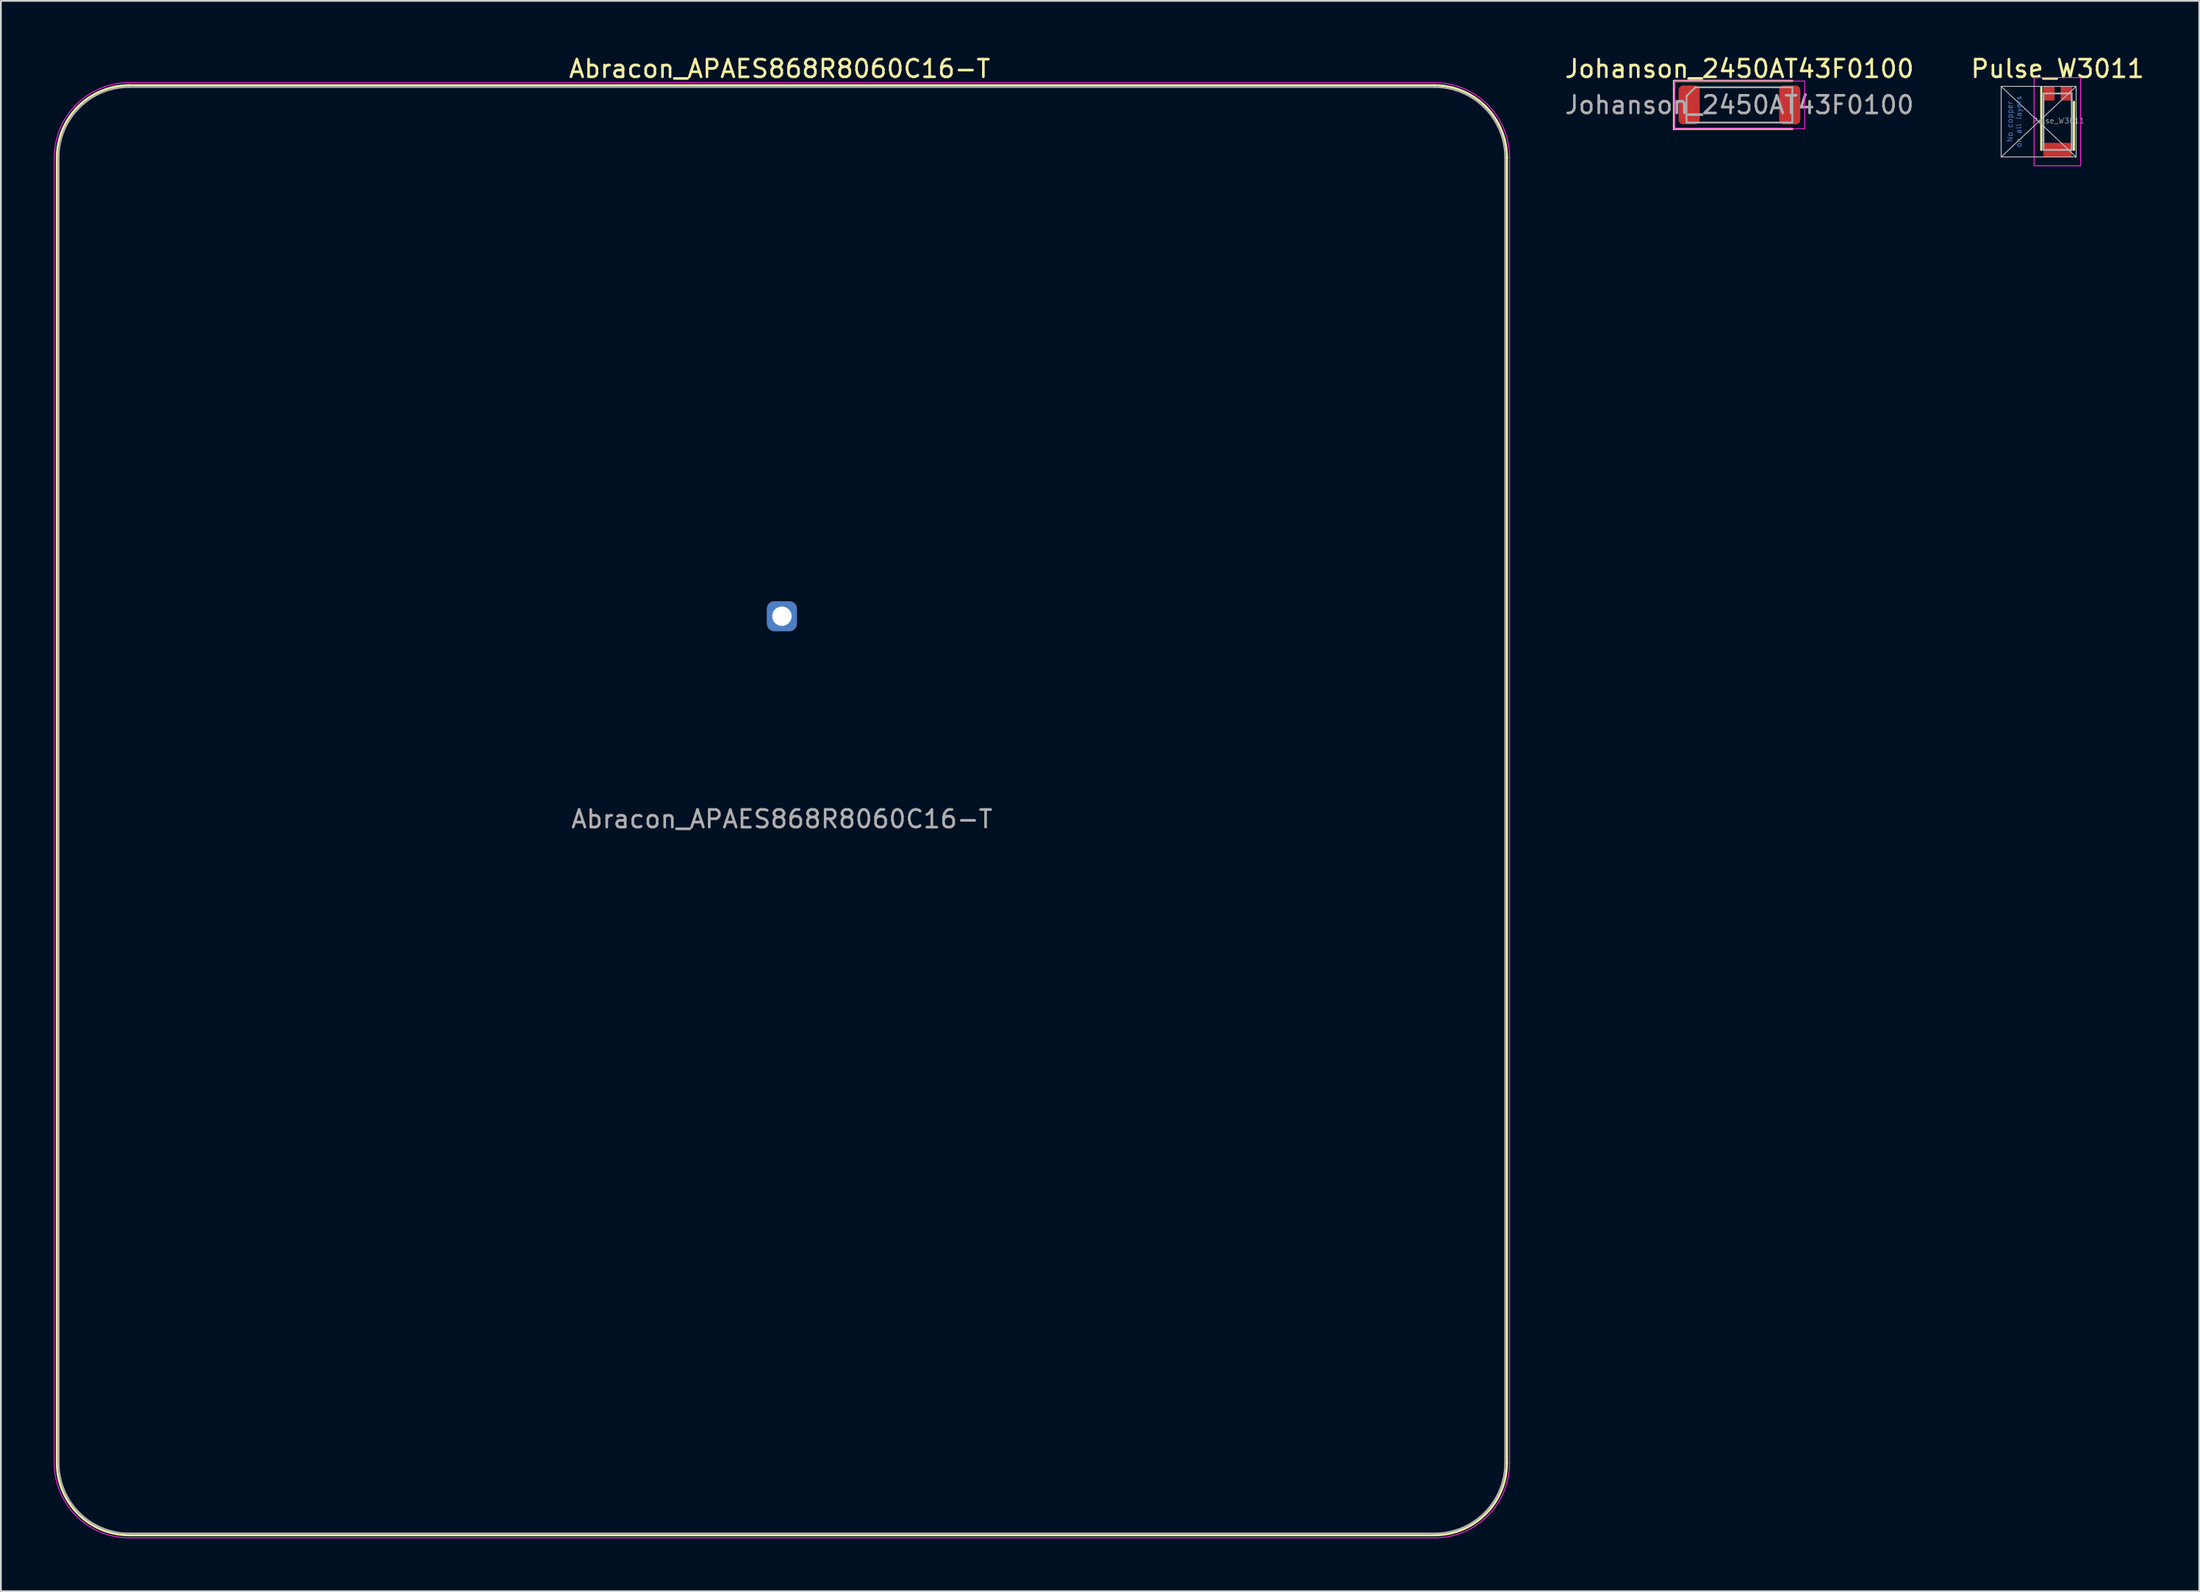
<source format=kicad_pcb>
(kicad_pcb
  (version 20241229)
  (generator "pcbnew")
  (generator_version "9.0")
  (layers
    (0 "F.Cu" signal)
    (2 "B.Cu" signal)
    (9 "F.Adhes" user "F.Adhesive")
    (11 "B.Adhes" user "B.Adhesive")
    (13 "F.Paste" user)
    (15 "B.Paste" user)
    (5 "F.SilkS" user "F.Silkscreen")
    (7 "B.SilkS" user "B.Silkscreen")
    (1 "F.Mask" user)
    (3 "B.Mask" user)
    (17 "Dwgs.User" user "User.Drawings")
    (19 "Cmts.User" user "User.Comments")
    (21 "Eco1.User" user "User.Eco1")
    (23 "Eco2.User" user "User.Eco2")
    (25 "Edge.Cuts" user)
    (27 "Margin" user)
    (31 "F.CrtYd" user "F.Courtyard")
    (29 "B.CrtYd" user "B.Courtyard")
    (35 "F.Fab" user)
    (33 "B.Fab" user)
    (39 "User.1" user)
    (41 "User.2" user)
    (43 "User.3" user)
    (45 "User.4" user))
  (footprint "Pulse_W3011"
    (layer "F.Cu")
    (at 113.592 3.848)
    (property "Reference" "Pulse_W3011" (at 0 -3 0) (layer "F.SilkS") (effects (font (size 1 1) (thickness 0.15))))
    (attr smd)
    (fp_line (start -0.925 1.6) (end -0.925 -1.95) (stroke (width 0.12) (type solid)) (layer "F.SilkS"))
    (fp_line (start 0.925 1.6) (end 0.925 -1.125) (stroke (width 0.12) (type solid)) (layer "F.SilkS"))
    (fp_line (start -3.2 -2) (end -3.2 2) (stroke (width 0.05) (type solid)) (layer "Dwgs.User"))
    (fp_line (start -3.2 -2) (end 1.05 2) (stroke (width 0.05) (type solid)) (layer "Dwgs.User"))
    (fp_line (start -3.2 2) (end 1.05 2) (stroke (width 0.05) (type solid)) (layer "Dwgs.User"))
    (fp_line (start 1.05 -2) (end -3.2 -2) (stroke (width 0.05) (type solid)) (layer "Dwgs.User"))
    (fp_line (start 1.05 -2) (end -3.2 2) (stroke (width 0.05) (type solid)) (layer "Dwgs.User"))
    (fp_line (start 1.05 2) (end 1.05 -2) (stroke (width 0.05) (type solid)) (layer "Dwgs.User"))
    (fp_line (start -1.33 -2.5) (end -1.33 2.5) (stroke (width 0.05) (type solid)) (layer "F.CrtYd"))
    (fp_line (start -1.33 -2.5) (end 1.3 -2.5) (stroke (width 0.05) (type solid)) (layer "F.CrtYd"))
    (fp_line (start -1.33 2.5) (end 1.3 2.5) (stroke (width 0.05) (type solid)) (layer "F.CrtYd"))
    (fp_line (start 1.3 -2.5) (end 1.3 2.5) (stroke (width 0.05) (type solid)) (layer "F.CrtYd"))
    (fp_line (start -0.8 -1.6) (end 0.8 -1.6) (stroke (width 0.1) (type solid)) (layer "F.Fab"))
    (fp_line (start -0.8 1.6) (end -0.8 -1.6) (stroke (width 0.1) (type solid)) (layer "F.Fab"))
    (fp_line (start -0.8 1.6) (end 0.8 1.6) (stroke (width 0.1) (type solid)) (layer "F.Fab"))
    (fp_line (start 0.8 1.6) (end 0.8 -1.6) (stroke (width 0.1) (type solid)) (layer "F.Fab"))
    (fp_text user "No copper" (at -2.7 0 90) (layer "Cmts.User") (effects (font (size 0.3 0.3) (thickness 0.03))))
    (fp_text user "on all layers" (at -2.2 0 90) (layer "Cmts.User") (effects (font (size 0.3 0.3) (thickness 0.03))))
    (fp_text user "${REFERENCE}" (at 0.05 -0.05 0) (layer "F.Fab") (effects (font (size 0.3 0.3) (thickness 0.03))))
    (pad "1" smd trapezoid (at -0.5 -1.6 90) (size 0.8 0.65) (layers "F.Cu" "F.Mask" "F.Paste"))
    (pad "2" smd trapezoid (at 0 1.6 90) (size 0.8 1.6) (layers "F.Cu" "F.Mask" "F.Paste"))
    (pad "2" smd trapezoid (at 0.5 -1.6 90) (size 0.8 0.65) (layers "F.Cu" "F.Mask" "F.Paste")))
  (footprint "Abracon_APAES868R8060C16-T"
    (layer "F.Cu")
    (at 41.275 31.885)
    (property "Reference" "Abracon_APAES868R8060C16-T" (at 0 11.5 0) (layer "F.Fab") (effects (font (size 1 1) (thickness 0.15))))
    (attr through_hole)
    (fp_line (start -41.1 48) (end -41.1 -26) (stroke (width 0.12) (type solid)) (layer "F.SilkS"))
    (fp_line (start -37 -30.1) (end 37 -30.1) (stroke (width 0.12) (type solid)) (layer "F.SilkS"))
    (fp_line (start 37 52.1) (end -37 52.1) (stroke (width 0.12) (type solid)) (layer "F.SilkS"))
    (fp_line (start 41.1 -26) (end 41.1 48) (stroke (width 0.12) (type solid)) (layer "F.SilkS"))
    (fp_arc (start -41.1 -26) (mid -39.899138 -28.899138) (end -37 -30.1) (stroke (width 0.12) (type solid)) (layer "F.SilkS"))
    (fp_arc (start -37 52.1) (mid -39.899138 50.899138) (end -41.1 48) (stroke (width 0.12) (type solid)) (layer "F.SilkS"))
    (fp_arc (start 37 -30.1) (mid 39.899138 -28.899138) (end 41.1 -26) (stroke (width 0.12) (type solid)) (layer "F.SilkS"))
    (fp_arc (start 41.1 48) (mid 39.899138 50.899138) (end 37 52.1) (stroke (width 0.12) (type solid)) (layer "F.SilkS"))
    (fp_line (start -41.25 48) (end -41.25 -26) (stroke (width 0.05) (type solid)) (layer "F.CrtYd"))
    (fp_line (start -37 -30.25) (end 37 -30.25) (stroke (width 0.05) (type solid)) (layer "F.CrtYd"))
    (fp_line (start 37 52.25) (end -37 52.25) (stroke (width 0.05) (type solid)) (layer "F.CrtYd"))
    (fp_line (start 41.25 -26) (end 41.25 48) (stroke (width 0.05) (type solid)) (layer "F.CrtYd"))
    (fp_arc (start -41.25 -26) (mid -40.005204 -29.005204) (end -37 -30.25) (stroke (width 0.05) (type solid)) (layer "F.CrtYd"))
    (fp_arc (start -37 52.25) (mid -40.005204 51.005204) (end -41.25 48) (stroke (width 0.05) (type solid)) (layer "F.CrtYd"))
    (fp_arc (start 37 -30.25) (mid 40.005204 -29.005204) (end 41.25 -26) (stroke (width 0.05) (type solid)) (layer "F.CrtYd"))
    (fp_arc (start 41.25 48) (mid 40.005204 51.005204) (end 37 52.25) (stroke (width 0.05) (type solid)) (layer "F.CrtYd"))
    (fp_line (start -41 48) (end -41 -26) (stroke (width 0.1) (type solid)) (layer "F.Fab"))
    (fp_line (start -37 -30) (end 37 -30) (stroke (width 0.1) (type solid)) (layer "F.Fab"))
    (fp_line (start 37 52) (end -37 52) (stroke (width 0.1) (type solid)) (layer "F.Fab"))
    (fp_line (start 41 -26) (end 41 48) (stroke (width 0.1) (type solid)) (layer "F.Fab"))
    (fp_arc (start -41 -26) (mid -39.828427 -28.828427) (end -37 -30) (stroke (width 0.1) (type solid)) (layer "F.Fab"))
    (fp_arc (start -37 52) (mid -39.828427 50.828427) (end -41 48) (stroke (width 0.1) (type solid)) (layer "F.Fab"))
    (fp_arc (start 37 -30) (mid 39.828427 -28.828427) (end 41 -26) (stroke (width 0.1) (type solid)) (layer "F.Fab"))
    (fp_arc (start 41 48) (mid 39.828427 50.828427) (end 37 52) (stroke (width 0.1) (type solid)) (layer "F.Fab"))
    (fp_text user "${REFERENCE}" (at -0.127 -31.037 0) (layer "F.SilkS") (effects (font (size 1 1) (thickness 0.15))))
    (pad "1" thru_hole roundrect (at 0 0) (size 1.7 1.7) (drill 1.1) (layers "*.Cu" "*.Mask") (roundrect_rratio 0.25)))
  (footprint "Johanson_2450AT43F0100"
    (layer "F.Cu")
    (at 95.556 2.898)
    (property "Reference" "Johanson_2450AT43F0100" (at 0 -2.05 0) (layer "F.SilkS") (effects (font (size 1 1) (thickness 0.15))))
    (attr smd)
    (fp_line (start -3.71 -1.36) (end -3.71 1.36) (stroke (width 0.12) (type solid)) (layer "F.SilkS"))
    (fp_line (start -3.71 1.36) (end 3 1.36) (stroke (width 0.12) (type solid)) (layer "F.SilkS"))
    (fp_line (start 3 -1.36) (end -3.71 -1.36) (stroke (width 0.12) (type solid)) (layer "F.SilkS"))
    (fp_line (start -3.7 -1.35) (end 3.7 -1.35) (stroke (width 0.05) (type solid)) (layer "F.CrtYd"))
    (fp_line (start -3.7 1.35) (end -3.7 -1.35) (stroke (width 0.05) (type solid)) (layer "F.CrtYd"))
    (fp_line (start 3.7 -1.35) (end 3.7 1.35) (stroke (width 0.05) (type solid)) (layer "F.CrtYd"))
    (fp_line (start 3.7 1.35) (end -3.7 1.35) (stroke (width 0.05) (type solid)) (layer "F.CrtYd"))
    (fp_line (start -3 -0.5) (end -3 1) (stroke (width 0.1) (type solid)) (layer "F.Fab"))
    (fp_line (start -3 1) (end 3 1) (stroke (width 0.1) (type solid)) (layer "F.Fab"))
    (fp_line (start -2.5 -1) (end -3 -0.5) (stroke (width 0.1) (type solid)) (layer "F.Fab"))
    (fp_line (start 3 -1) (end -2.5 -1) (stroke (width 0.1) (type solid)) (layer "F.Fab"))
    (fp_line (start 3 1) (end 3 -1) (stroke (width 0.1) (type solid)) (layer "F.Fab"))
    (fp_text user "${REFERENCE}" (at 0 0 0) (layer "F.Fab") (effects (font (size 1 1) (thickness 0.15))))
    (pad "1" smd roundrect (at -2.85 0) (size 1.2 2.2) (layers "F.Cu" "F.Mask" "F.Paste") (roundrect_rratio 0.208))
    (pad "2" smd roundrect (at 2.85 0) (size 1.2 2.2) (layers "F.Cu" "F.Mask" "F.Paste") (roundrect_rratio 0.208)))
  (gr_rect
    (start -3 -3)
    (end 121.621 87.16)
    (stroke (width 0.1) (type default))
    (fill no)
    (layer "Edge.Cuts")))
</source>
